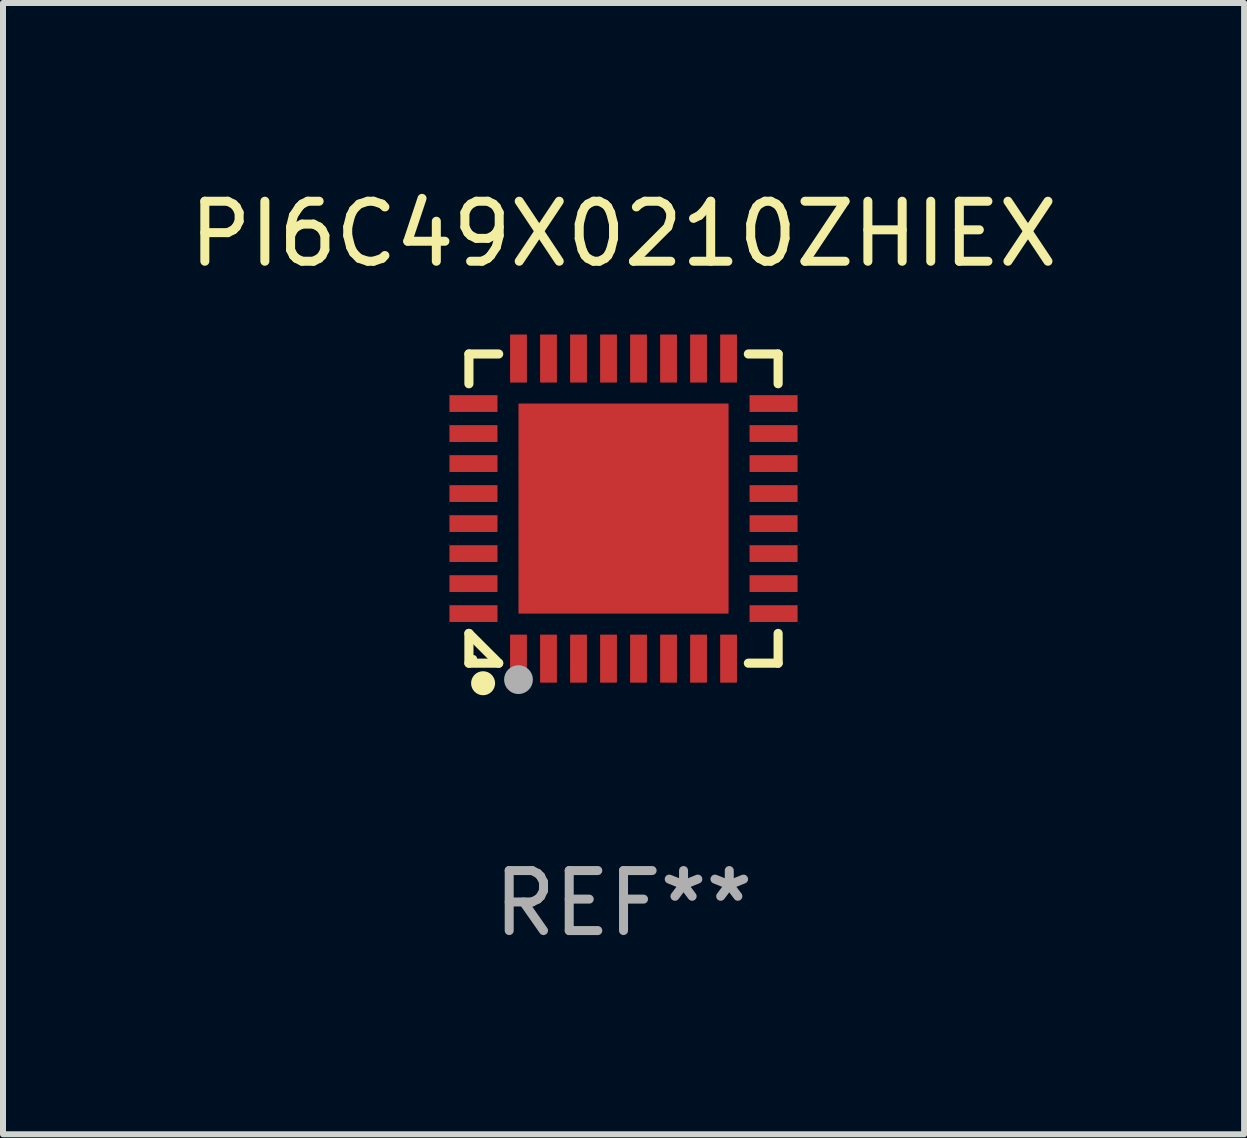
<source format=kicad_pcb>
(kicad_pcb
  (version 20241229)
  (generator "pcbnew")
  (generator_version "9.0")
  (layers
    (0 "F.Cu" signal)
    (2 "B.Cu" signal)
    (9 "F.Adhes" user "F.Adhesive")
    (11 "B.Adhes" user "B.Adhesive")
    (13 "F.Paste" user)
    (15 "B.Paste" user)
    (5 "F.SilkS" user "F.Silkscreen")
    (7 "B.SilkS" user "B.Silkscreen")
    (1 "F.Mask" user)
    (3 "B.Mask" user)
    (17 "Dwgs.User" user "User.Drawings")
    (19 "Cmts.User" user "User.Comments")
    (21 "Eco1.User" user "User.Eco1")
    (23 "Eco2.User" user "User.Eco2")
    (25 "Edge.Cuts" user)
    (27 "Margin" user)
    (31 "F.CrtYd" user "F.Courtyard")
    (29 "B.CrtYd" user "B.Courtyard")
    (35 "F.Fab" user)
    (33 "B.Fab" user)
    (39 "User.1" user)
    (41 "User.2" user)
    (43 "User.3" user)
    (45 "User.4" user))
  (footprint "PI6C49X0210ZHIEX"
    (layer "F.Cu")
    (at 7.339 5.424)
    (property "Reference" "PI6C49X0210ZHIEX" (at 0 -4.576 0) (layer "F.SilkS") (effects (font (size 1 1) (thickness 0.15))))
    (attr through_hole)
    (fp_line (start -2.576 -2.576) (end -2.08 -2.576) (stroke (width 0.152) (type solid)) (layer "F.SilkS"))
    (fp_line (start -2.576 -2.08) (end -2.576 -2.576) (stroke (width 0.152) (type solid)) (layer "F.SilkS"))
    (fp_line (start -2.576 2.08) (end -2.576 2.576) (stroke (width 0.152) (type solid)) (layer "F.SilkS"))
    (fp_line (start -2.576 2.08) (end -2.08 2.576) (stroke (width 0.152) (type solid)) (layer "F.SilkS"))
    (fp_line (start -2.576 2.576) (end -2.08 2.576) (stroke (width 0.152) (type solid)) (layer "F.SilkS"))
    (fp_line (start 2.576 -2.576) (end 2.08 -2.576) (stroke (width 0.152) (type solid)) (layer "F.SilkS"))
    (fp_line (start 2.576 -2.08) (end 2.576 -2.576) (stroke (width 0.152) (type solid)) (layer "F.SilkS"))
    (fp_line (start 2.576 2.08) (end 2.576 2.576) (stroke (width 0.152) (type solid)) (layer "F.SilkS"))
    (fp_line (start 2.576 2.576) (end 2.08 2.576) (stroke (width 0.152) (type solid)) (layer "F.SilkS"))
    (fp_circle (center -2.5 2.5) (end -2.47 2.5) (stroke (width 0.06) (type solid)) (fill no) (layer "F.SilkS"))
    (fp_circle (center -2.34 2.91) (end -2.24 2.91) (stroke (width 0.2) (type solid)) (fill no) (layer "F.SilkS"))
    (fp_circle (center -1.75 2.85) (end -1.63 2.85) (stroke (width 0.24) (type solid)) (fill no) (layer "F.Fab"))
    (fp_text user "REF**" (at 0 6.576 0) (layer "F.Fab") (effects (font (size 1 1) (thickness 0.15))))
    (pad "1" smd rect (at -1.75 2.5) (size 0.28 0.8) (layers "F.Cu" "F.Mask" "F.Paste"))
    (pad "2" smd rect (at -1.25 2.5) (size 0.28 0.8) (layers "F.Cu" "F.Mask" "F.Paste"))
    (pad "3" smd rect (at -0.75 2.5) (size 0.28 0.8) (layers "F.Cu" "F.Mask" "F.Paste"))
    (pad "4" smd rect (at -0.25 2.5) (size 0.28 0.8) (layers "F.Cu" "F.Mask" "F.Paste"))
    (pad "5" smd rect (at 0.25 2.5) (size 0.28 0.8) (layers "F.Cu" "F.Mask" "F.Paste"))
    (pad "6" smd rect (at 0.75 2.5) (size 0.28 0.8) (layers "F.Cu" "F.Mask" "F.Paste"))
    (pad "7" smd rect (at 1.25 2.5) (size 0.28 0.8) (layers "F.Cu" "F.Mask" "F.Paste"))
    (pad "8" smd rect (at 1.75 2.5) (size 0.28 0.8) (layers "F.Cu" "F.Mask" "F.Paste"))
    (pad "9" smd rect (at 2.5 1.75) (size 0.8 0.28) (layers "F.Cu" "F.Mask" "F.Paste"))
    (pad "10" smd rect (at 2.5 1.25) (size 0.8 0.28) (layers "F.Cu" "F.Mask" "F.Paste"))
    (pad "11" smd rect (at 2.5 0.75) (size 0.8 0.28) (layers "F.Cu" "F.Mask" "F.Paste"))
    (pad "12" smd rect (at 2.5 0.25) (size 0.8 0.28) (layers "F.Cu" "F.Mask" "F.Paste"))
    (pad "13" smd rect (at 2.5 -0.25) (size 0.8 0.28) (layers "F.Cu" "F.Mask" "F.Paste"))
    (pad "14" smd rect (at 2.5 -0.75) (size 0.8 0.28) (layers "F.Cu" "F.Mask" "F.Paste"))
    (pad "15" smd rect (at 2.5 -1.25) (size 0.8 0.28) (layers "F.Cu" "F.Mask" "F.Paste"))
    (pad "16" smd rect (at 2.5 -1.75) (size 0.8 0.28) (layers "F.Cu" "F.Mask" "F.Paste"))
    (pad "17" smd rect (at 1.75 -2.5) (size 0.28 0.8) (layers "F.Cu" "F.Mask" "F.Paste"))
    (pad "18" smd rect (at 1.25 -2.5) (size 0.28 0.8) (layers "F.Cu" "F.Mask" "F.Paste"))
    (pad "19" smd rect (at 0.75 -2.5) (size 0.28 0.8) (layers "F.Cu" "F.Mask" "F.Paste"))
    (pad "20" smd rect (at 0.25 -2.5) (size 0.28 0.8) (layers "F.Cu" "F.Mask" "F.Paste"))
    (pad "21" smd rect (at -0.25 -2.5) (size 0.28 0.8) (layers "F.Cu" "F.Mask" "F.Paste"))
    (pad "22" smd rect (at -0.75 -2.5) (size 0.28 0.8) (layers "F.Cu" "F.Mask" "F.Paste"))
    (pad "23" smd rect (at -1.25 -2.5) (size 0.28 0.8) (layers "F.Cu" "F.Mask" "F.Paste"))
    (pad "24" smd rect (at -1.75 -2.5) (size 0.28 0.8) (layers "F.Cu" "F.Mask" "F.Paste"))
    (pad "25" smd rect (at -2.5 -1.75) (size 0.8 0.28) (layers "F.Cu" "F.Mask" "F.Paste"))
    (pad "26" smd rect (at -2.5 -1.25) (size 0.8 0.28) (layers "F.Cu" "F.Mask" "F.Paste"))
    (pad "27" smd rect (at -2.5 -0.75) (size 0.8 0.28) (layers "F.Cu" "F.Mask" "F.Paste"))
    (pad "28" smd rect (at -2.5 -0.25) (size 0.8 0.28) (layers "F.Cu" "F.Mask" "F.Paste"))
    (pad "29" smd rect (at -2.5 0.25) (size 0.8 0.28) (layers "F.Cu" "F.Mask" "F.Paste"))
    (pad "30" smd rect (at -2.5 0.75) (size 0.8 0.28) (layers "F.Cu" "F.Mask" "F.Paste"))
    (pad "31" smd rect (at -2.5 1.25) (size 0.8 0.28) (layers "F.Cu" "F.Mask" "F.Paste"))
    (pad "32" smd rect (at -2.5 1.75) (size 0.8 0.28) (layers "F.Cu" "F.Mask" "F.Paste"))
    (pad "33" smd rect (at 0 0) (size 3.5 3.5) (layers "F.Cu" "F.Mask" "F.Paste")))
  (gr_rect
    (start -3 -3)
    (end 17.679 15.849)
    (stroke (width 0.1) (type default))
    (fill no)
    (layer "Edge.Cuts")))
</source>
